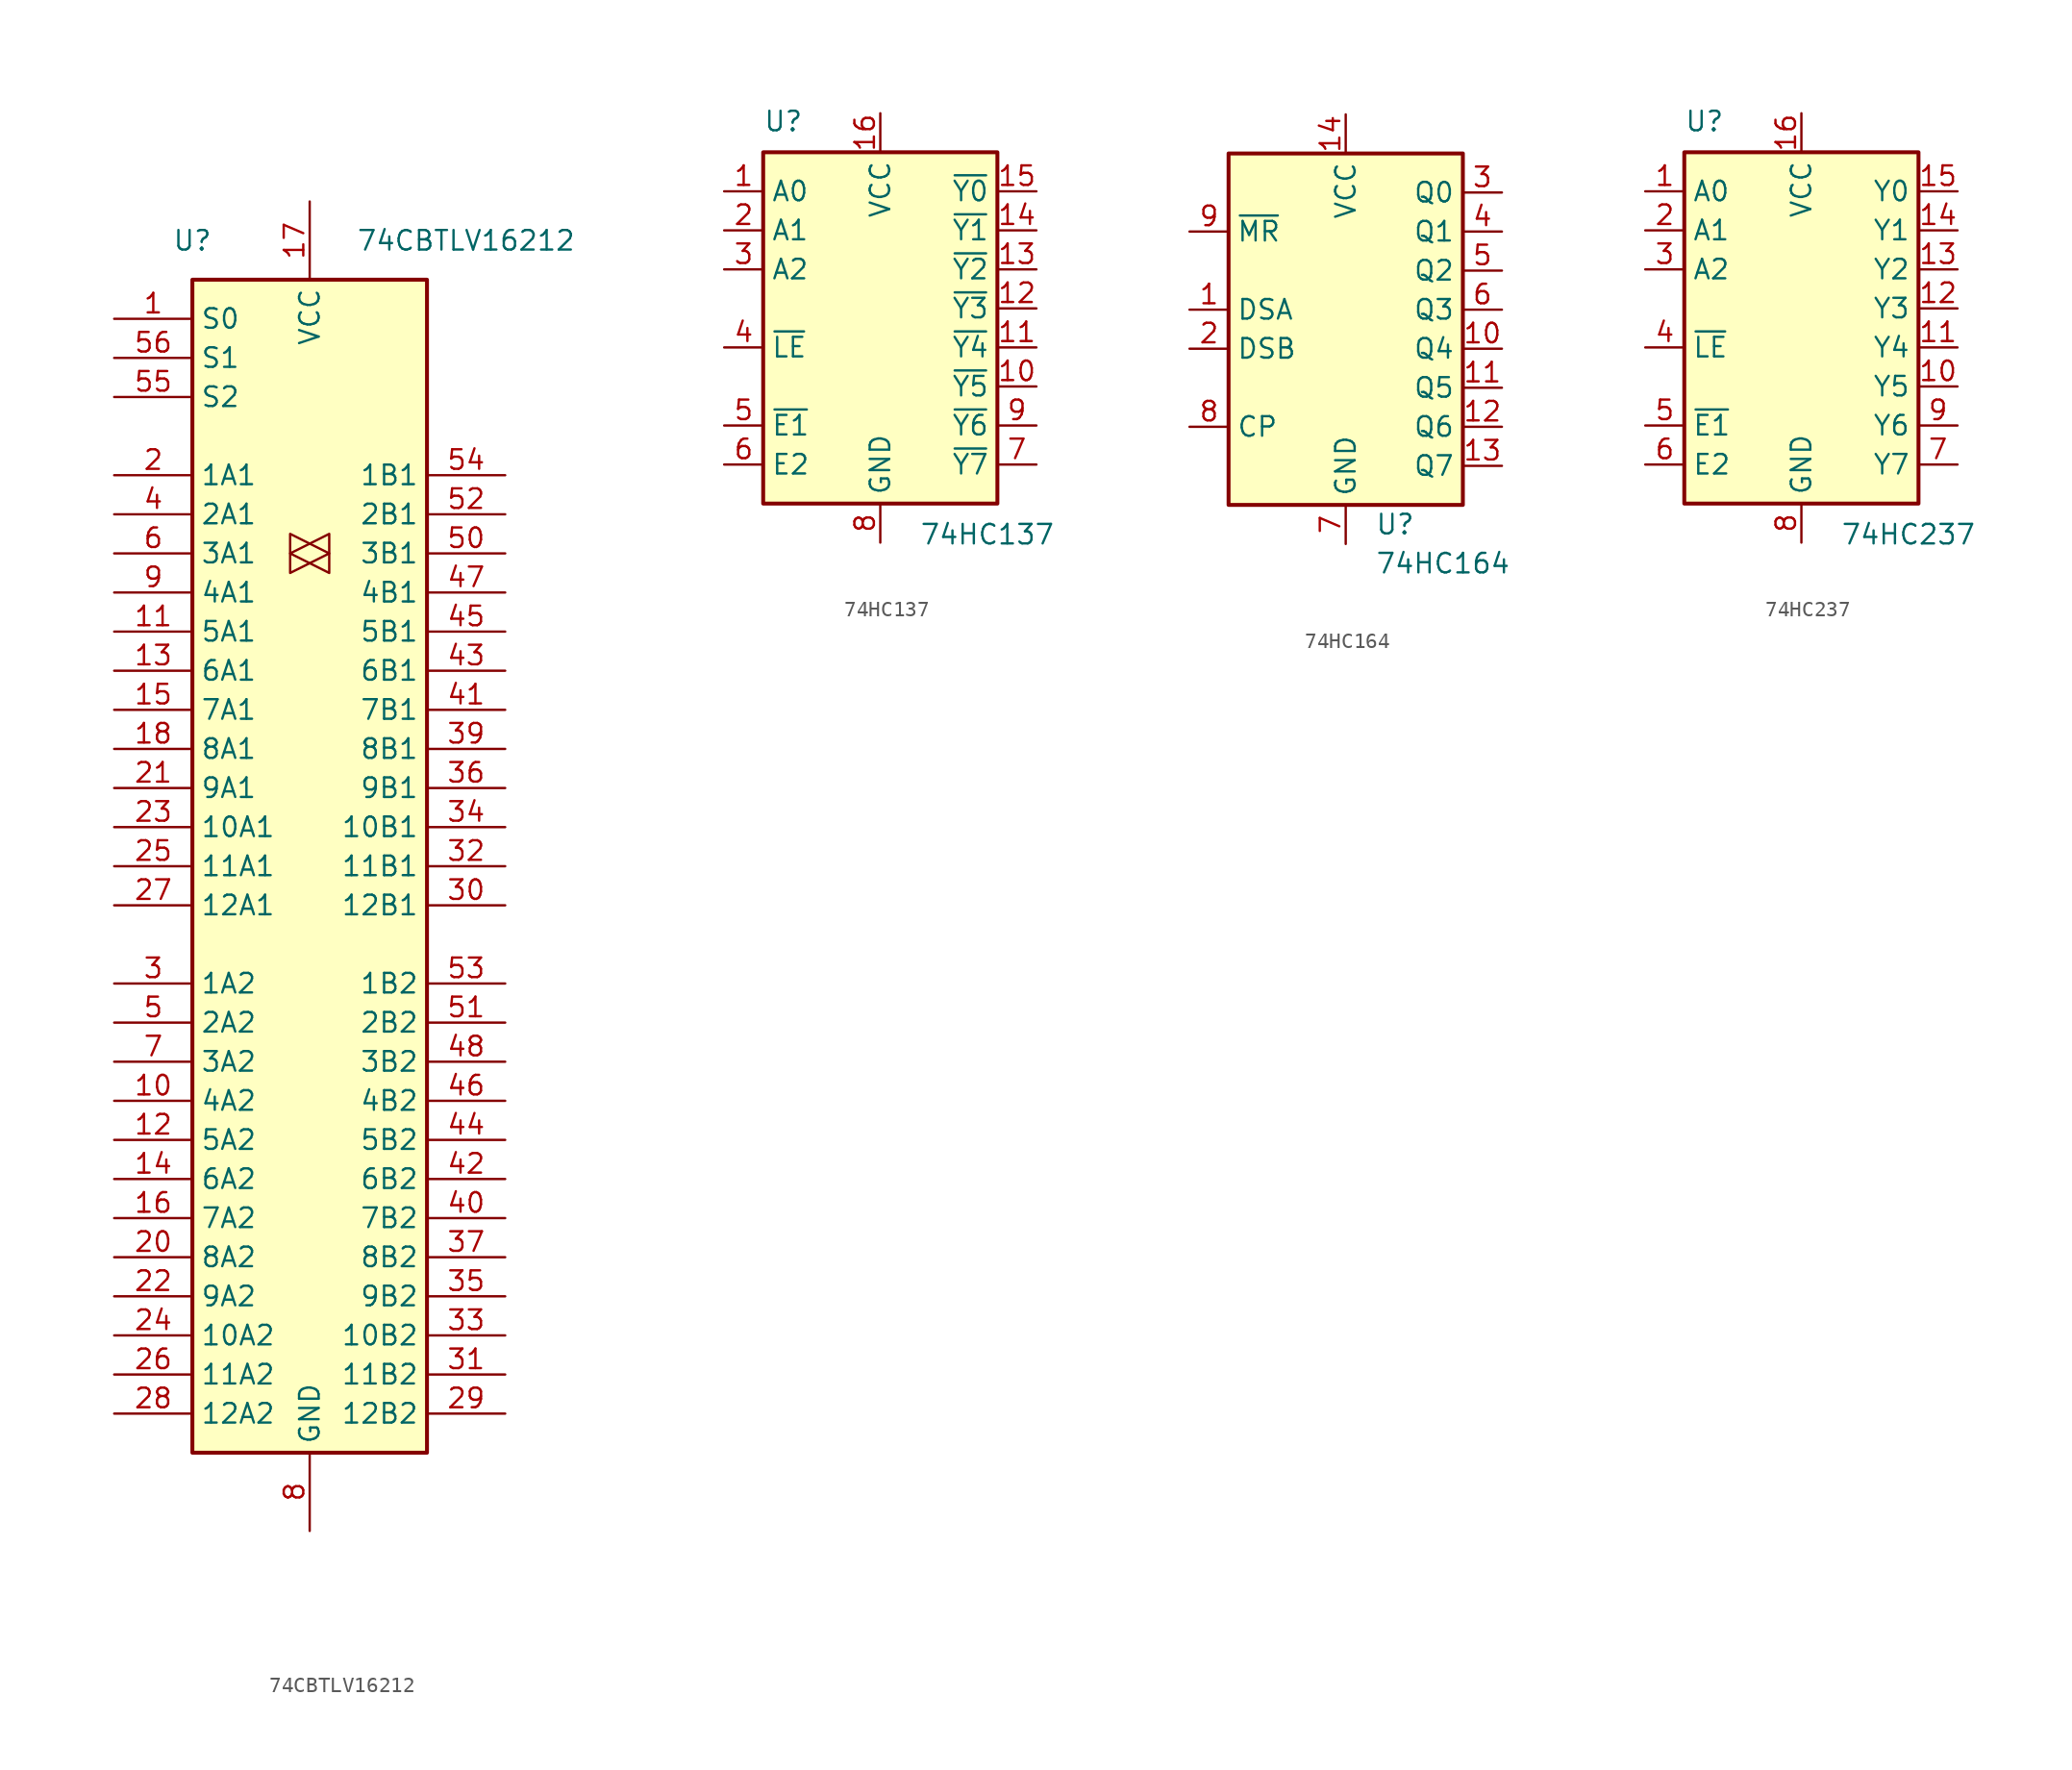
<source format=kicad_sym>
(kicad_symbol_lib
  (version 20241209)
  (generator "kicad_symbol_editor")
  (generator_version "9.0")
  (symbol "74CBTLV16212"
    (property "Reference" "U"
      (at -7.62 40.64 0)
      (effects (font (size 1.27 1.27))))
    (property "Value" "74CBTLV16212"
      (at 10.16 40.64 0)
      (effects (font (size 1.27 1.27))))
    (symbol "74CBTLV16212_0_1"
      (rectangle (start -7.62 38.1) (end 7.62 -38.1) (stroke (width 0.254) (type solid)) (fill (type background))))
    (symbol "74CBTLV16212_1_0"
      (polyline (pts (xy 1.27 21.59) (xy -1.27 20.32) (xy 1.27 19.05) (xy 1.27 21.59)) (stroke (width 0) (type solid)) (fill (type none)))
      (polyline (pts (xy 1.27 20.32) (xy -1.27 21.59) (xy -1.27 19.05) (xy 1.27 20.32)) (stroke (width 0.152) (type solid)) (fill (type none)))
      (pin input line (at -12.7 33.02 0) (length 5.08) (name "S1" (effects (font (size 1.27 1.27)))) (number "56" (effects (font (size 1.27 1.27)))))
      (pin input line (at -12.7 30.48 0) (length 5.08) (name "S2" (effects (font (size 1.27 1.27)))) (number "55" (effects (font (size 1.27 1.27)))))
      (pin bidirectional line (at -12.7 25.4 0) (length 5.08) (name "1A1" (effects (font (size 1.27 1.27)))) (number "2" (effects (font (size 1.27 1.27)))))
      (pin bidirectional line (at -12.7 22.86 0) (length 5.08) (name "2A1" (effects (font (size 1.27 1.27)))) (number "4" (effects (font (size 1.27 1.27)))))
      (pin bidirectional line (at -12.7 20.32 0) (length 5.08) (name "3A1" (effects (font (size 1.27 1.27)))) (number "6" (effects (font (size 1.27 1.27)))))
      (pin bidirectional line (at -12.7 17.78 0) (length 5.08) (name "4A1" (effects (font (size 1.27 1.27)))) (number "9" (effects (font (size 1.27 1.27)))))
      (pin bidirectional line (at -12.7 15.24 0) (length 5.08) (name "5A1" (effects (font (size 1.27 1.27)))) (number "11" (effects (font (size 1.27 1.27)))))
      (pin bidirectional line (at -12.7 12.7 0) (length 5.08) (name "6A1" (effects (font (size 1.27 1.27)))) (number "13" (effects (font (size 1.27 1.27)))))
      (pin bidirectional line (at -12.7 10.16 0) (length 5.08) (name "7A1" (effects (font (size 1.27 1.27)))) (number "15" (effects (font (size 1.27 1.27)))))
      (pin bidirectional line (at -12.7 7.62 0) (length 5.08) (name "8A1" (effects (font (size 1.27 1.27)))) (number "18" (effects (font (size 1.27 1.27)))))
      (pin bidirectional line (at -12.7 5.08 0) (length 5.08) (name "9A1" (effects (font (size 1.27 1.27)))) (number "21" (effects (font (size 1.27 1.27)))))
      (pin bidirectional line (at -12.7 2.54 0) (length 5.08) (name "10A1" (effects (font (size 1.27 1.27)))) (number "23" (effects (font (size 1.27 1.27)))))
      (pin bidirectional line (at -12.7 0 0) (length 5.08) (name "11A1" (effects (font (size 1.27 1.27)))) (number "25" (effects (font (size 1.27 1.27)))))
      (pin bidirectional line (at -12.7 -2.54 0) (length 5.08) (name "12A1" (effects (font (size 1.27 1.27)))) (number "27" (effects (font (size 1.27 1.27)))))
      (pin bidirectional line (at -12.7 -7.62 0) (length 5.08) (name "1A2" (effects (font (size 1.27 1.27)))) (number "3" (effects (font (size 1.27 1.27)))))
      (pin bidirectional line (at -12.7 -10.16 0) (length 5.08) (name "2A2" (effects (font (size 1.27 1.27)))) (number "5" (effects (font (size 1.27 1.27)))))
      (pin bidirectional line (at -12.7 -12.7 0) (length 5.08) (name "3A2" (effects (font (size 1.27 1.27)))) (number "7" (effects (font (size 1.27 1.27)))))
      (pin bidirectional line (at -12.7 -15.24 0) (length 5.08) (name "4A2" (effects (font (size 1.27 1.27)))) (number "10" (effects (font (size 1.27 1.27)))))
      (pin bidirectional line (at -12.7 -17.78 0) (length 5.08) (name "5A2" (effects (font (size 1.27 1.27)))) (number "12" (effects (font (size 1.27 1.27)))))
      (pin bidirectional line (at -12.7 -20.32 0) (length 5.08) (name "6A2" (effects (font (size 1.27 1.27)))) (number "14" (effects (font (size 1.27 1.27)))))
      (pin bidirectional line (at -12.7 -22.86 0) (length 5.08) (name "7A2" (effects (font (size 1.27 1.27)))) (number "16" (effects (font (size 1.27 1.27)))))
      (pin bidirectional line (at -12.7 -25.4 0) (length 5.08) (name "8A2" (effects (font (size 1.27 1.27)))) (number "20" (effects (font (size 1.27 1.27)))))
      (pin bidirectional line (at -12.7 -27.94 0) (length 5.08) (name "9A2" (effects (font (size 1.27 1.27)))) (number "22" (effects (font (size 1.27 1.27)))))
      (pin bidirectional line (at -12.7 -30.48 0) (length 5.08) (name "10A2" (effects (font (size 1.27 1.27)))) (number "24" (effects (font (size 1.27 1.27)))))
      (pin bidirectional line (at -12.7 -33.02 0) (length 5.08) (name "11A2" (effects (font (size 1.27 1.27)))) (number "26" (effects (font (size 1.27 1.27)))))
      (pin bidirectional line (at -12.7 -35.56 0) (length 5.08) (name "12A2" (effects (font (size 1.27 1.27)))) (number "28" (effects (font (size 1.27 1.27)))))
      (pin power_in line (at 0 43.18 270) (length 5.08) (name "VCC" (effects (font (size 1.27 1.27)))) (number "17" (effects (font (size 1.27 1.27)))))
      (pin passive line (at 0 -43.18 90) (length 5.08) (hide yes) (name "GND" (effects (font (size 1.27 1.27)))) (number "19" (effects (font (size 1.27 1.27)))))
      (pin passive line (at 0 -43.18 90) (length 5.08) (hide yes) (name "GND" (effects (font (size 1.27 1.27)))) (number "38" (effects (font (size 1.27 1.27)))))
      (pin passive line (at 0 -43.18 90) (length 5.08) (hide yes) (name "GND" (effects (font (size 1.27 1.27)))) (number "49" (effects (font (size 1.27 1.27)))))
      (pin power_in line (at 0 -43.18 90) (length 5.08) (name "GND" (effects (font (size 1.27 1.27)))) (number "8" (effects (font (size 1.27 1.27)))))
      (pin bidirectional line (at 12.7 25.4 180) (length 5.08) (name "1B1" (effects (font (size 1.27 1.27)))) (number "54" (effects (font (size 1.27 1.27)))))
      (pin bidirectional line (at 12.7 22.86 180) (length 5.08) (name "2B1" (effects (font (size 1.27 1.27)))) (number "52" (effects (font (size 1.27 1.27)))))
      (pin bidirectional line (at 12.7 20.32 180) (length 5.08) (name "3B1" (effects (font (size 1.27 1.27)))) (number "50" (effects (font (size 1.27 1.27)))))
      (pin bidirectional line (at 12.7 17.78 180) (length 5.08) (name "4B1" (effects (font (size 1.27 1.27)))) (number "47" (effects (font (size 1.27 1.27)))))
      (pin bidirectional line (at 12.7 15.24 180) (length 5.08) (name "5B1" (effects (font (size 1.27 1.27)))) (number "45" (effects (font (size 1.27 1.27)))))
      (pin bidirectional line (at 12.7 12.7 180) (length 5.08) (name "6B1" (effects (font (size 1.27 1.27)))) (number "43" (effects (font (size 1.27 1.27)))))
      (pin bidirectional line (at 12.7 10.16 180) (length 5.08) (name "7B1" (effects (font (size 1.27 1.27)))) (number "41" (effects (font (size 1.27 1.27)))))
      (pin bidirectional line (at 12.7 7.62 180) (length 5.08) (name "8B1" (effects (font (size 1.27 1.27)))) (number "39" (effects (font (size 1.27 1.27)))))
      (pin bidirectional line (at 12.7 5.08 180) (length 5.08) (name "9B1" (effects (font (size 1.27 1.27)))) (number "36" (effects (font (size 1.27 1.27)))))
      (pin bidirectional line (at 12.7 2.54 180) (length 5.08) (name "10B1" (effects (font (size 1.27 1.27)))) (number "34" (effects (font (size 1.27 1.27)))))
      (pin bidirectional line (at 12.7 0 180) (length 5.08) (name "11B1" (effects (font (size 1.27 1.27)))) (number "32" (effects (font (size 1.27 1.27)))))
      (pin bidirectional line (at 12.7 -2.54 180) (length 5.08) (name "12B1" (effects (font (size 1.27 1.27)))) (number "30" (effects (font (size 1.27 1.27)))))
      (pin bidirectional line (at 12.7 -7.62 180) (length 5.08) (name "1B2" (effects (font (size 1.27 1.27)))) (number "53" (effects (font (size 1.27 1.27)))))
      (pin bidirectional line (at 12.7 -10.16 180) (length 5.08) (name "2B2" (effects (font (size 1.27 1.27)))) (number "51" (effects (font (size 1.27 1.27)))))
      (pin bidirectional line (at 12.7 -12.7 180) (length 5.08) (name "3B2" (effects (font (size 1.27 1.27)))) (number "48" (effects (font (size 1.27 1.27)))))
      (pin bidirectional line (at 12.7 -15.24 180) (length 5.08) (name "4B2" (effects (font (size 1.27 1.27)))) (number "46" (effects (font (size 1.27 1.27)))))
      (pin bidirectional line (at 12.7 -17.78 180) (length 5.08) (name "5B2" (effects (font (size 1.27 1.27)))) (number "44" (effects (font (size 1.27 1.27)))))
      (pin bidirectional line (at 12.7 -20.32 180) (length 5.08) (name "6B2" (effects (font (size 1.27 1.27)))) (number "42" (effects (font (size 1.27 1.27)))))
      (pin bidirectional line (at 12.7 -22.86 180) (length 5.08) (name "7B2" (effects (font (size 1.27 1.27)))) (number "40" (effects (font (size 1.27 1.27)))))
      (pin bidirectional line (at 12.7 -25.4 180) (length 5.08) (name "8B2" (effects (font (size 1.27 1.27)))) (number "37" (effects (font (size 1.27 1.27)))))
      (pin bidirectional line (at 12.7 -27.94 180) (length 5.08) (name "9B2" (effects (font (size 1.27 1.27)))) (number "35" (effects (font (size 1.27 1.27)))))
      (pin bidirectional line (at 12.7 -30.48 180) (length 5.08) (name "10B2" (effects (font (size 1.27 1.27)))) (number "33" (effects (font (size 1.27 1.27)))))
      (pin bidirectional line (at 12.7 -33.02 180) (length 5.08) (name "11B2" (effects (font (size 1.27 1.27)))) (number "31" (effects (font (size 1.27 1.27)))))
      (pin bidirectional line (at 12.7 -35.56 180) (length 5.08) (name "12B2" (effects (font (size 1.27 1.27)))) (number "29" (effects (font (size 1.27 1.27))))))
    (symbol "74CBTLV16212_1_1"
      (pin input line (at -12.7 35.56 0) (length 5.08) (name "S0" (effects (font (size 1.27 1.27)))) (number "1" (effects (font (size 1.27 1.27)))))))
  (symbol "74HC137"
    (property "Reference" "U"
      (at -7.62 13.97 0)
      (effects (font (size 1.27 1.27)) (justify left bottom)))
    (property "Value" "74HC137"
      (at 2.54 -11.43 0)
      (effects (font (size 1.27 1.27)) (justify left top)))
    (symbol "74HC137_0_1"
      (rectangle (start -7.62 12.7) (end 7.62 -10.16) (stroke (width 0.254) (type solid)) (fill (type background))))
    (symbol "74HC137_1_1"
      (pin input line (at -10.16 10.16 0) (length 2.54) (name "A0" (effects (font (size 1.27 1.27)))) (number "1" (effects (font (size 1.27 1.27)))))
      (pin input line (at -10.16 7.62 0) (length 2.54) (name "A1" (effects (font (size 1.27 1.27)))) (number "2" (effects (font (size 1.27 1.27)))))
      (pin input line (at -10.16 5.08 0) (length 2.54) (name "A2" (effects (font (size 1.27 1.27)))) (number "3" (effects (font (size 1.27 1.27)))))
      (pin input line (at -10.16 0 0) (length 2.54) (name "~{LE}" (effects (font (size 1.27 1.27)))) (number "4" (effects (font (size 1.27 1.27)))))
      (pin input line (at -10.16 -5.08 0) (length 2.54) (name "~{E1}" (effects (font (size 1.27 1.27)))) (number "5" (effects (font (size 1.27 1.27)))))
      (pin input line (at -10.16 -7.62 0) (length 2.54) (name "E2" (effects (font (size 1.27 1.27)))) (number "6" (effects (font (size 1.27 1.27)))))
      (pin power_in line (at 0 15.24 270) (length 2.54) (name "VCC" (effects (font (size 1.27 1.27)))) (number "16" (effects (font (size 1.27 1.27)))))
      (pin power_in line (at 0 -12.7 90) (length 2.54) (name "GND" (effects (font (size 1.27 1.27)))) (number "8" (effects (font (size 1.27 1.27)))))
      (pin output line (at 10.16 10.16 180) (length 2.54) (name "~{Y0}" (effects (font (size 1.27 1.27)))) (number "15" (effects (font (size 1.27 1.27)))))
      (pin output line (at 10.16 7.62 180) (length 2.54) (name "~{Y1}" (effects (font (size 1.27 1.27)))) (number "14" (effects (font (size 1.27 1.27)))))
      (pin output line (at 10.16 5.08 180) (length 2.54) (name "~{Y2}" (effects (font (size 1.27 1.27)))) (number "13" (effects (font (size 1.27 1.27)))))
      (pin output line (at 10.16 2.54 180) (length 2.54) (name "~{Y3}" (effects (font (size 1.27 1.27)))) (number "12" (effects (font (size 1.27 1.27)))))
      (pin output line (at 10.16 0 180) (length 2.54) (name "~{Y4}" (effects (font (size 1.27 1.27)))) (number "11" (effects (font (size 1.27 1.27)))))
      (pin output line (at 10.16 -2.54 180) (length 2.54) (name "~{Y5}" (effects (font (size 1.27 1.27)))) (number "10" (effects (font (size 1.27 1.27)))))
      (pin output line (at 10.16 -5.08 180) (length 2.54) (name "~{Y6}" (effects (font (size 1.27 1.27)))) (number "9" (effects (font (size 1.27 1.27)))))
      (pin output line (at 10.16 -7.62 180) (length 2.54) (name "~{Y7}" (effects (font (size 1.27 1.27)))) (number "7" (effects (font (size 1.27 1.27)))))))
  (symbol "74HC164"
    (property "Reference" "U"
      (at 1.905 -13.97 0)
      (effects (font (size 1.27 1.27)) (justify left)))
    (property "Value" "74HC164"
      (at 1.905 -16.51 0)
      (effects (font (size 1.27 1.27)) (justify left)))
    (symbol "74HC164_0_1"
      (rectangle (start 7.62 10.16) (end -7.62 -12.7) (stroke (width 0.254) (type solid)) (fill (type background))))
    (symbol "74HC164_1_1"
      (pin input line (at -10.16 5.08 0) (length 2.54) (name "~{MR}" (effects (font (size 1.27 1.27)))) (number "9" (effects (font (size 1.27 1.27)))))
      (pin input line (at -10.16 0 0) (length 2.54) (name "DSA" (effects (font (size 1.27 1.27)))) (number "1" (effects (font (size 1.27 1.27)))))
      (pin input line (at -10.16 -2.54 0) (length 2.54) (name "DSB" (effects (font (size 1.27 1.27)))) (number "2" (effects (font (size 1.27 1.27)))))
      (pin input line (at -10.16 -7.62 0) (length 2.54) (name "CP" (effects (font (size 1.27 1.27)))) (number "8" (effects (font (size 1.27 1.27)))))
      (pin power_in line (at 0 12.7 270) (length 2.54) (name "VCC" (effects (font (size 1.27 1.27)))) (number "14" (effects (font (size 1.27 1.27)))))
      (pin power_in line (at 0 -15.24 90) (length 2.54) (name "GND" (effects (font (size 1.27 1.27)))) (number "7" (effects (font (size 1.27 1.27)))))
      (pin output line (at 10.16 7.62 180) (length 2.54) (name "Q0" (effects (font (size 1.27 1.27)))) (number "3" (effects (font (size 1.27 1.27)))))
      (pin output line (at 10.16 5.08 180) (length 2.54) (name "Q1" (effects (font (size 1.27 1.27)))) (number "4" (effects (font (size 1.27 1.27)))))
      (pin output line (at 10.16 2.54 180) (length 2.54) (name "Q2" (effects (font (size 1.27 1.27)))) (number "5" (effects (font (size 1.27 1.27)))))
      (pin output line (at 10.16 0 180) (length 2.54) (name "Q3" (effects (font (size 1.27 1.27)))) (number "6" (effects (font (size 1.27 1.27)))))
      (pin output line (at 10.16 -2.54 180) (length 2.54) (name "Q4" (effects (font (size 1.27 1.27)))) (number "10" (effects (font (size 1.27 1.27)))))
      (pin output line (at 10.16 -5.08 180) (length 2.54) (name "Q5" (effects (font (size 1.27 1.27)))) (number "11" (effects (font (size 1.27 1.27)))))
      (pin output line (at 10.16 -7.62 180) (length 2.54) (name "Q6" (effects (font (size 1.27 1.27)))) (number "12" (effects (font (size 1.27 1.27)))))
      (pin output line (at 10.16 -10.16 180) (length 2.54) (name "Q7" (effects (font (size 1.27 1.27)))) (number "13" (effects (font (size 1.27 1.27)))))))
  (symbol "74HC237"
    (property "Reference" "U"
      (at -7.62 13.97 0)
      (effects (font (size 1.27 1.27)) (justify left bottom)))
    (property "Value" "74HC237"
      (at 2.54 -11.43 0)
      (effects (font (size 1.27 1.27)) (justify left top)))
    (symbol "74HC237_0_1"
      (rectangle (start -7.62 12.7) (end 7.62 -10.16) (stroke (width 0.254) (type solid)) (fill (type background))))
    (symbol "74HC237_1_1"
      (pin input line (at -10.16 10.16 0) (length 2.54) (name "A0" (effects (font (size 1.27 1.27)))) (number "1" (effects (font (size 1.27 1.27)))))
      (pin input line (at -10.16 7.62 0) (length 2.54) (name "A1" (effects (font (size 1.27 1.27)))) (number "2" (effects (font (size 1.27 1.27)))))
      (pin input line (at -10.16 5.08 0) (length 2.54) (name "A2" (effects (font (size 1.27 1.27)))) (number "3" (effects (font (size 1.27 1.27)))))
      (pin input line (at -10.16 0 0) (length 2.54) (name "~{LE}" (effects (font (size 1.27 1.27)))) (number "4" (effects (font (size 1.27 1.27)))))
      (pin input line (at -10.16 -5.08 0) (length 2.54) (name "~{E1}" (effects (font (size 1.27 1.27)))) (number "5" (effects (font (size 1.27 1.27)))))
      (pin input line (at -10.16 -7.62 0) (length 2.54) (name "E2" (effects (font (size 1.27 1.27)))) (number "6" (effects (font (size 1.27 1.27)))))
      (pin power_in line (at 0 15.24 270) (length 2.54) (name "VCC" (effects (font (size 1.27 1.27)))) (number "16" (effects (font (size 1.27 1.27)))))
      (pin power_in line (at 0 -12.7 90) (length 2.54) (name "GND" (effects (font (size 1.27 1.27)))) (number "8" (effects (font (size 1.27 1.27)))))
      (pin output line (at 10.16 10.16 180) (length 2.54) (name "Y0" (effects (font (size 1.27 1.27)))) (number "15" (effects (font (size 1.27 1.27)))))
      (pin output line (at 10.16 7.62 180) (length 2.54) (name "Y1" (effects (font (size 1.27 1.27)))) (number "14" (effects (font (size 1.27 1.27)))))
      (pin output line (at 10.16 5.08 180) (length 2.54) (name "Y2" (effects (font (size 1.27 1.27)))) (number "13" (effects (font (size 1.27 1.27)))))
      (pin output line (at 10.16 2.54 180) (length 2.54) (name "Y3" (effects (font (size 1.27 1.27)))) (number "12" (effects (font (size 1.27 1.27)))))
      (pin output line (at 10.16 0 180) (length 2.54) (name "Y4" (effects (font (size 1.27 1.27)))) (number "11" (effects (font (size 1.27 1.27)))))
      (pin output line (at 10.16 -2.54 180) (length 2.54) (name "Y5" (effects (font (size 1.27 1.27)))) (number "10" (effects (font (size 1.27 1.27)))))
      (pin output line (at 10.16 -5.08 180) (length 2.54) (name "Y6" (effects (font (size 1.27 1.27)))) (number "9" (effects (font (size 1.27 1.27)))))
      (pin output line (at 10.16 -7.62 180) (length 2.54) (name "Y7" (effects (font (size 1.27 1.27)))) (number "7" (effects (font (size 1.27 1.27))))))))
</source>
